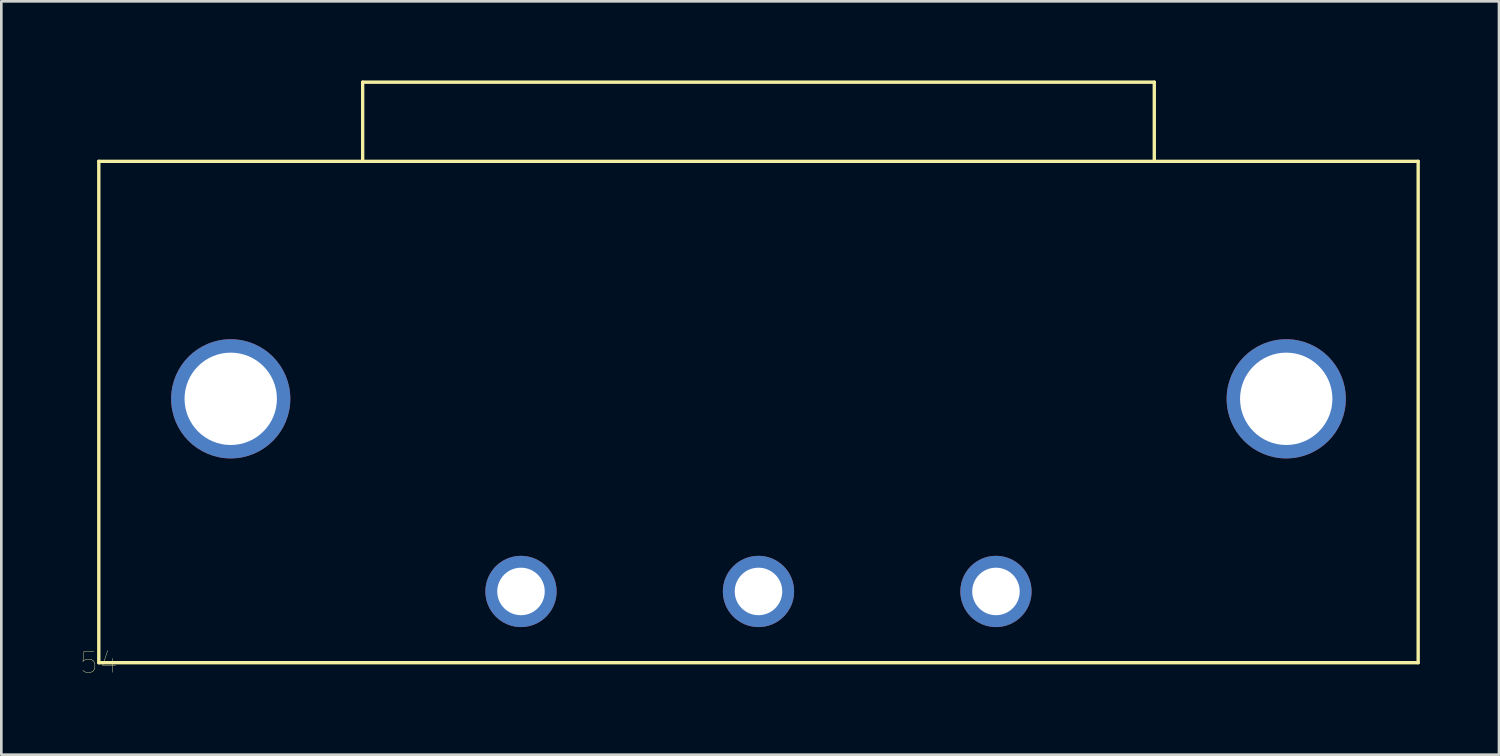
<source format=kicad_pcb>
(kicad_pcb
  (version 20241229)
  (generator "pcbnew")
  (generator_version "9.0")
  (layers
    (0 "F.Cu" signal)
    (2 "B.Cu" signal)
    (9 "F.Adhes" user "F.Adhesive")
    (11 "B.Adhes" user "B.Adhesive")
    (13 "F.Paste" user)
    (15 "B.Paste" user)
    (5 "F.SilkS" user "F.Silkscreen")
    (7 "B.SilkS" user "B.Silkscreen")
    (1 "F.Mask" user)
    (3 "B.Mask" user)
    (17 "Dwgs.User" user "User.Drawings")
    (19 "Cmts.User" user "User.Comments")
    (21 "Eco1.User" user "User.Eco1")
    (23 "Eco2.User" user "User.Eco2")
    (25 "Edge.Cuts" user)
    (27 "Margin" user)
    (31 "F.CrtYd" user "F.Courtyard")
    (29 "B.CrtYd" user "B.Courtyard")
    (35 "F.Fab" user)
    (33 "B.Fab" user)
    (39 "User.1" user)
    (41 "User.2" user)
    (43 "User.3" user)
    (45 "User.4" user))
  (footprint "54"
    (layer "F.Cu")
    (at 0.694 22.064)
    (property "Reference" "54" (at 0 0 0) (layer "F.SilkS") (effects (font (size 0.787 0.787) (thickness 0.015))))
    (attr through_hole)
    (fp_line (start 0 -19) (end 10 -19) (stroke (width 0.127) (type solid)) (layer "F.SilkS"))
    (fp_line (start 0 0) (end 0 -19) (stroke (width 0.127) (type solid)) (layer "F.SilkS"))
    (fp_line (start 10 -22) (end 40 -22) (stroke (width 0.127) (type solid)) (layer "F.SilkS"))
    (fp_line (start 10 -19) (end 10 -22) (stroke (width 0.127) (type solid)) (layer "F.SilkS"))
    (fp_line (start 10 -19) (end 40 -19) (stroke (width 0.127) (type solid)) (layer "F.SilkS"))
    (fp_line (start 40 -22) (end 40 -19) (stroke (width 0.127) (type solid)) (layer "F.SilkS"))
    (fp_line (start 40 -19) (end 50 -19) (stroke (width 0.127) (type solid)) (layer "F.SilkS"))
    (fp_line (start 50 -19) (end 50 0) (stroke (width 0.127) (type solid)) (layer "F.SilkS"))
    (fp_line (start 50 0) (end 0 0) (stroke (width 0.127) (type solid)) (layer "F.SilkS"))
    (pad "1" thru_hole circle (at 16 -2.7) (size 2.7 2.7) (drill 1.8) (layers "*.Cu" "*.Mask"))
    (pad "2" thru_hole circle (at 25 -2.7) (size 2.7 2.7) (drill 1.8) (layers "*.Cu" "*.Mask"))
    (pad "3" thru_hole circle (at 34 -2.7) (size 2.7 2.7) (drill 1.8) (layers "*.Cu" "*.Mask"))
    (pad "MH1" thru_hole circle (at 5 -10) (size 4.516 4.516) (drill 3.5) (layers "*.Cu" "*.Mask"))
    (pad "MH2" thru_hole circle (at 45 -10) (size 4.516 4.516) (drill 3.5) (layers "*.Cu" "*.Mask")))
  (gr_rect
    (start -3 -3)
    (end 53.757 25.55)
    (stroke (width 0.1) (type default))
    (fill no)
    (layer "Edge.Cuts")))
</source>
